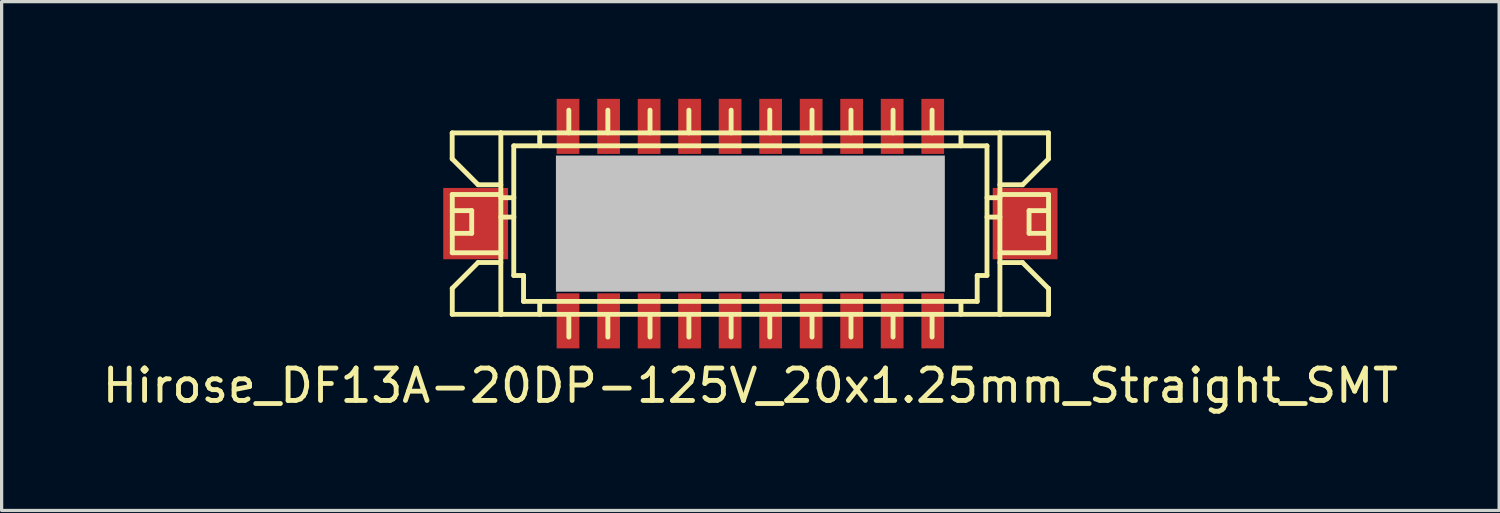
<source format=kicad_pcb>
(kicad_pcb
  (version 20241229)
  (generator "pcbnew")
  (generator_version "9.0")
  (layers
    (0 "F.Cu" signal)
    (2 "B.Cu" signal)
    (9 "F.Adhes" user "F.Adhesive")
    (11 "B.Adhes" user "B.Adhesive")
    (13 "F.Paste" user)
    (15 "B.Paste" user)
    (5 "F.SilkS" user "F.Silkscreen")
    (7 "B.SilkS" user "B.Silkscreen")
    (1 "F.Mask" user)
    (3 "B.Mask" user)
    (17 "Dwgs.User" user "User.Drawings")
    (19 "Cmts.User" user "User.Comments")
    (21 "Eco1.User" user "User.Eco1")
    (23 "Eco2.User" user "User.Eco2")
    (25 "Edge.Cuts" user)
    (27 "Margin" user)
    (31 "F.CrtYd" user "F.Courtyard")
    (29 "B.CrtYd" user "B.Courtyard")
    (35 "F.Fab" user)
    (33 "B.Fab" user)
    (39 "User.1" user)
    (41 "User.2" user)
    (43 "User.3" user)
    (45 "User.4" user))
  (footprint "Hirose_DF13A-20DP-125V_20x1.25mm_Straight_SMT"
    (layer "F.Cu")
    (at 20.101 3.849)
    (property "Reference" "Hirose_DF13A-20DP-125V_20x1.25mm_Straight_SMT" (at 0 5.001 0) (layer "F.SilkS") (effects (font (size 1 1) (thickness 0.15))))
    (attr smd)
    (fp_line (start -9.2 -2.799) (end -9.2 -1.999) (stroke (width 0.15) (type solid)) (layer "F.SilkS"))
    (fp_line (start -9.2 -1.999) (end -8.4 -1.199) (stroke (width 0.15) (type solid)) (layer "F.SilkS"))
    (fp_line (start -9.2 -0.899) (end -7.699 -0.899) (stroke (width 0.15) (type solid)) (layer "F.SilkS"))
    (fp_line (start -9.2 0.899) (end -7.699 0.899) (stroke (width 0.15) (type solid)) (layer "F.SilkS"))
    (fp_line (start -9.2 2.799) (end -7.699 2.799) (stroke (width 0.15) (type solid)) (layer "F.SilkS"))
    (fp_line (start -9.197 -0.401) (end -8.598 -0.401) (stroke (width 0.15) (type solid)) (layer "F.SilkS"))
    (fp_line (start -9.197 0.899) (end -9.197 -0.899) (stroke (width 0.15) (type solid)) (layer "F.SilkS"))
    (fp_line (start -9.197 2.799) (end -9.197 1.999) (stroke (width 0.15) (type solid)) (layer "F.SilkS"))
    (fp_line (start -8.598 -0.401) (end -8.598 0.3) (stroke (width 0.15) (type solid)) (layer "F.SilkS"))
    (fp_line (start -8.598 0.3) (end -9.197 0.3) (stroke (width 0.15) (type solid)) (layer "F.SilkS"))
    (fp_line (start -8.4 -1.199) (end -7.699 -1.199) (stroke (width 0.15) (type solid)) (layer "F.SilkS"))
    (fp_line (start -8.4 1.199) (end -9.2 1.999) (stroke (width 0.15) (type solid)) (layer "F.SilkS"))
    (fp_line (start -7.699 -2.799) (end -9.2 -2.799) (stroke (width 0.15) (type solid)) (layer "F.SilkS"))
    (fp_line (start -7.699 -2.799) (end -7.699 2.799) (stroke (width 0.15) (type solid)) (layer "F.SilkS"))
    (fp_line (start -7.699 -2.799) (end 7.699 -2.799) (stroke (width 0.15) (type solid)) (layer "F.SilkS"))
    (fp_line (start -7.699 -0.8) (end -7.297 -0.8) (stroke (width 0.15) (type solid)) (layer "F.SilkS"))
    (fp_line (start -7.699 -0.201) (end -7.297 -0.201) (stroke (width 0.15) (type solid)) (layer "F.SilkS"))
    (fp_line (start -7.699 1.199) (end -8.4 1.199) (stroke (width 0.15) (type solid)) (layer "F.SilkS"))
    (fp_line (start -7.699 2.799) (end 7.699 2.799) (stroke (width 0.15) (type solid)) (layer "F.SilkS"))
    (fp_line (start -7.3 1.6) (end -7.3 -2.4) (stroke (width 0.15) (type solid)) (layer "F.SilkS"))
    (fp_line (start -6.998 1.6) (end -7.3 1.6) (stroke (width 0.15) (type solid)) (layer "F.SilkS"))
    (fp_line (start -6.998 2.4) (end -6.998 1.6) (stroke (width 0.15) (type solid)) (layer "F.SilkS"))
    (fp_line (start -6.5 -2.799) (end -6.5 -2.4) (stroke (width 0.15) (type solid)) (layer "F.SilkS"))
    (fp_line (start -6.5 2.4) (end -6.5 2.799) (stroke (width 0.15) (type solid)) (layer "F.SilkS"))
    (fp_line (start -5.7 -0.701) (end -5.7 -0.5) (stroke (width 0.15) (type solid)) (layer "F.SilkS"))
    (fp_line (start -5.7 -0.5) (end -5.499 -0.5) (stroke (width 0.15) (type solid)) (layer "F.SilkS"))
    (fp_line (start -5.7 0.498) (end -5.7 0.699) (stroke (width 0.15) (type solid)) (layer "F.SilkS"))
    (fp_line (start -5.7 0.699) (end -5.499 0.699) (stroke (width 0.15) (type solid)) (layer "F.SilkS"))
    (fp_line (start -5.601 -3.5) (end -5.601 -2.799) (stroke (width 0.15) (type solid)) (layer "F.SilkS"))
    (fp_line (start -5.601 2.799) (end -5.601 3.5) (stroke (width 0.15) (type solid)) (layer "F.SilkS"))
    (fp_line (start -5.499 -0.701) (end -5.7 -0.701) (stroke (width 0.15) (type solid)) (layer "F.SilkS"))
    (fp_line (start -5.499 -0.5) (end -5.499 -0.701) (stroke (width 0.15) (type solid)) (layer "F.SilkS"))
    (fp_line (start -5.499 0.498) (end -5.7 0.498) (stroke (width 0.15) (type solid)) (layer "F.SilkS"))
    (fp_line (start -5.499 0.699) (end -5.499 0.498) (stroke (width 0.15) (type solid)) (layer "F.SilkS"))
    (fp_line (start -4.498 -0.699) (end -4.3 -0.699) (stroke (width 0.15) (type solid)) (layer "F.SilkS"))
    (fp_line (start -4.498 -0.5) (end -4.498 -0.699) (stroke (width 0.15) (type solid)) (layer "F.SilkS"))
    (fp_line (start -4.498 0.5) (end -4.3 0.5) (stroke (width 0.15) (type solid)) (layer "F.SilkS"))
    (fp_line (start -4.498 0.699) (end -4.498 0.5) (stroke (width 0.15) (type solid)) (layer "F.SilkS"))
    (fp_line (start -4.397 -3.5) (end -4.397 -2.799) (stroke (width 0.15) (type solid)) (layer "F.SilkS"))
    (fp_line (start -4.397 2.799) (end -4.397 3.5) (stroke (width 0.15) (type solid)) (layer "F.SilkS"))
    (fp_line (start -4.3 -0.699) (end -4.3 -0.5) (stroke (width 0.15) (type solid)) (layer "F.SilkS"))
    (fp_line (start -4.3 -0.5) (end -4.498 -0.5) (stroke (width 0.15) (type solid)) (layer "F.SilkS"))
    (fp_line (start -4.3 0.5) (end -4.3 0.699) (stroke (width 0.15) (type solid)) (layer "F.SilkS"))
    (fp_line (start -4.3 0.699) (end -4.498 0.699) (stroke (width 0.15) (type solid)) (layer "F.SilkS"))
    (fp_line (start -3.2 -0.699) (end -3.002 -0.699) (stroke (width 0.15) (type solid)) (layer "F.SilkS"))
    (fp_line (start -3.2 -0.5) (end -3.2 -0.699) (stroke (width 0.15) (type solid)) (layer "F.SilkS"))
    (fp_line (start -3.2 0.5) (end -3.002 0.5) (stroke (width 0.15) (type solid)) (layer "F.SilkS"))
    (fp_line (start -3.2 0.699) (end -3.2 0.5) (stroke (width 0.15) (type solid)) (layer "F.SilkS"))
    (fp_line (start -3.096 -3.5) (end -3.096 -2.799) (stroke (width 0.15) (type solid)) (layer "F.SilkS"))
    (fp_line (start -3.096 2.799) (end -3.096 3.5) (stroke (width 0.15) (type solid)) (layer "F.SilkS"))
    (fp_line (start -3.002 -0.699) (end -3.002 -0.5) (stroke (width 0.15) (type solid)) (layer "F.SilkS"))
    (fp_line (start -3.002 -0.5) (end -3.2 -0.5) (stroke (width 0.15) (type solid)) (layer "F.SilkS"))
    (fp_line (start -3.002 0.5) (end -3.002 0.699) (stroke (width 0.15) (type solid)) (layer "F.SilkS"))
    (fp_line (start -3.002 0.699) (end -3.2 0.699) (stroke (width 0.15) (type solid)) (layer "F.SilkS"))
    (fp_line (start -1.999 -0.699) (end -1.801 -0.699) (stroke (width 0.15) (type solid)) (layer "F.SilkS"))
    (fp_line (start -1.999 -0.5) (end -1.999 -0.699) (stroke (width 0.15) (type solid)) (layer "F.SilkS"))
    (fp_line (start -1.999 0.5) (end -1.801 0.5) (stroke (width 0.15) (type solid)) (layer "F.SilkS"))
    (fp_line (start -1.999 0.699) (end -1.999 0.5) (stroke (width 0.15) (type solid)) (layer "F.SilkS"))
    (fp_line (start -1.897 -3.5) (end -1.897 -2.799) (stroke (width 0.15) (type solid)) (layer "F.SilkS"))
    (fp_line (start -1.897 2.799) (end -1.897 3.5) (stroke (width 0.15) (type solid)) (layer "F.SilkS"))
    (fp_line (start -1.801 -0.699) (end -1.801 -0.5) (stroke (width 0.15) (type solid)) (layer "F.SilkS"))
    (fp_line (start -1.801 -0.5) (end -1.999 -0.5) (stroke (width 0.15) (type solid)) (layer "F.SilkS"))
    (fp_line (start -1.801 0.5) (end -1.801 0.699) (stroke (width 0.15) (type solid)) (layer "F.SilkS"))
    (fp_line (start -1.801 0.699) (end -1.999 0.699) (stroke (width 0.15) (type solid)) (layer "F.SilkS"))
    (fp_line (start -0.696 -0.701) (end -0.495 -0.701) (stroke (width 0.15) (type solid)) (layer "F.SilkS"))
    (fp_line (start -0.696 -0.5) (end -0.696 -0.701) (stroke (width 0.15) (type solid)) (layer "F.SilkS"))
    (fp_line (start -0.696 0.498) (end -0.495 0.498) (stroke (width 0.15) (type solid)) (layer "F.SilkS"))
    (fp_line (start -0.696 0.699) (end -0.696 0.498) (stroke (width 0.15) (type solid)) (layer "F.SilkS"))
    (fp_line (start -0.594 -3.5) (end -0.594 -2.799) (stroke (width 0.15) (type solid)) (layer "F.SilkS"))
    (fp_line (start -0.594 2.799) (end -0.594 3.5) (stroke (width 0.15) (type solid)) (layer "F.SilkS"))
    (fp_line (start -0.495 -0.701) (end -0.495 -0.5) (stroke (width 0.15) (type solid)) (layer "F.SilkS"))
    (fp_line (start -0.495 -0.5) (end -0.696 -0.5) (stroke (width 0.15) (type solid)) (layer "F.SilkS"))
    (fp_line (start -0.495 0.498) (end -0.495 0.699) (stroke (width 0.15) (type solid)) (layer "F.SilkS"))
    (fp_line (start -0.495 0.699) (end -0.696 0.699) (stroke (width 0.15) (type solid)) (layer "F.SilkS"))
    (fp_line (start 0.5 -0.704) (end 0.5 -0.503) (stroke (width 0.15) (type solid)) (layer "F.SilkS"))
    (fp_line (start 0.5 -0.503) (end 0.701 -0.503) (stroke (width 0.15) (type solid)) (layer "F.SilkS"))
    (fp_line (start 0.5 0.495) (end 0.5 0.696) (stroke (width 0.15) (type solid)) (layer "F.SilkS"))
    (fp_line (start 0.5 0.696) (end 0.701 0.696) (stroke (width 0.15) (type solid)) (layer "F.SilkS"))
    (fp_line (start 0.599 -3.5) (end 0.599 -2.799) (stroke (width 0.15) (type solid)) (layer "F.SilkS"))
    (fp_line (start 0.599 2.799) (end 0.599 3.5) (stroke (width 0.15) (type solid)) (layer "F.SilkS"))
    (fp_line (start 0.701 -0.704) (end 0.5 -0.704) (stroke (width 0.15) (type solid)) (layer "F.SilkS"))
    (fp_line (start 0.701 -0.503) (end 0.701 -0.704) (stroke (width 0.15) (type solid)) (layer "F.SilkS"))
    (fp_line (start 0.701 0.495) (end 0.5 0.495) (stroke (width 0.15) (type solid)) (layer "F.SilkS"))
    (fp_line (start 0.701 0.696) (end 0.701 0.495) (stroke (width 0.15) (type solid)) (layer "F.SilkS"))
    (fp_line (start 1.801 -0.701) (end 1.999 -0.701) (stroke (width 0.15) (type solid)) (layer "F.SilkS"))
    (fp_line (start 1.801 -0.503) (end 1.801 -0.701) (stroke (width 0.15) (type solid)) (layer "F.SilkS"))
    (fp_line (start 1.801 0.498) (end 1.999 0.498) (stroke (width 0.15) (type solid)) (layer "F.SilkS"))
    (fp_line (start 1.801 0.696) (end 1.801 0.498) (stroke (width 0.15) (type solid)) (layer "F.SilkS"))
    (fp_line (start 1.902 -3.5) (end 1.902 -2.799) (stroke (width 0.15) (type solid)) (layer "F.SilkS"))
    (fp_line (start 1.902 2.799) (end 1.902 3.5) (stroke (width 0.15) (type solid)) (layer "F.SilkS"))
    (fp_line (start 1.999 -0.701) (end 1.999 -0.503) (stroke (width 0.15) (type solid)) (layer "F.SilkS"))
    (fp_line (start 1.999 -0.503) (end 1.801 -0.503) (stroke (width 0.15) (type solid)) (layer "F.SilkS"))
    (fp_line (start 1.999 0.498) (end 1.999 0.696) (stroke (width 0.15) (type solid)) (layer "F.SilkS"))
    (fp_line (start 1.999 0.696) (end 1.801 0.696) (stroke (width 0.15) (type solid)) (layer "F.SilkS"))
    (fp_line (start 3 -0.701) (end 3.198 -0.701) (stroke (width 0.15) (type solid)) (layer "F.SilkS"))
    (fp_line (start 3 -0.503) (end 3 -0.701) (stroke (width 0.15) (type solid)) (layer "F.SilkS"))
    (fp_line (start 3 0.498) (end 3.198 0.498) (stroke (width 0.15) (type solid)) (layer "F.SilkS"))
    (fp_line (start 3 0.696) (end 3 0.498) (stroke (width 0.15) (type solid)) (layer "F.SilkS"))
    (fp_line (start 3.104 -3.5) (end 3.104 -2.799) (stroke (width 0.15) (type solid)) (layer "F.SilkS"))
    (fp_line (start 3.104 2.799) (end 3.104 3.5) (stroke (width 0.15) (type solid)) (layer "F.SilkS"))
    (fp_line (start 3.198 -0.701) (end 3.198 -0.503) (stroke (width 0.15) (type solid)) (layer "F.SilkS"))
    (fp_line (start 3.198 -0.503) (end 3 -0.503) (stroke (width 0.15) (type solid)) (layer "F.SilkS"))
    (fp_line (start 3.198 0.498) (end 3.198 0.696) (stroke (width 0.15) (type solid)) (layer "F.SilkS"))
    (fp_line (start 3.198 0.696) (end 3 0.696) (stroke (width 0.15) (type solid)) (layer "F.SilkS"))
    (fp_line (start 4.298 -0.701) (end 4.496 -0.701) (stroke (width 0.15) (type solid)) (layer "F.SilkS"))
    (fp_line (start 4.298 -0.503) (end 4.298 -0.701) (stroke (width 0.15) (type solid)) (layer "F.SilkS"))
    (fp_line (start 4.298 0.498) (end 4.496 0.498) (stroke (width 0.15) (type solid)) (layer "F.SilkS"))
    (fp_line (start 4.298 0.696) (end 4.298 0.498) (stroke (width 0.15) (type solid)) (layer "F.SilkS"))
    (fp_line (start 4.402 -3.5) (end 4.402 -2.799) (stroke (width 0.15) (type solid)) (layer "F.SilkS"))
    (fp_line (start 4.402 2.799) (end 4.402 3.5) (stroke (width 0.15) (type solid)) (layer "F.SilkS"))
    (fp_line (start 4.496 -0.701) (end 4.496 -0.503) (stroke (width 0.15) (type solid)) (layer "F.SilkS"))
    (fp_line (start 4.496 -0.503) (end 4.298 -0.503) (stroke (width 0.15) (type solid)) (layer "F.SilkS"))
    (fp_line (start 4.496 0.498) (end 4.496 0.696) (stroke (width 0.15) (type solid)) (layer "F.SilkS"))
    (fp_line (start 4.496 0.696) (end 4.298 0.696) (stroke (width 0.15) (type solid)) (layer "F.SilkS"))
    (fp_line (start 5.502 -0.704) (end 5.702 -0.704) (stroke (width 0.15) (type solid)) (layer "F.SilkS"))
    (fp_line (start 5.502 -0.503) (end 5.502 -0.704) (stroke (width 0.15) (type solid)) (layer "F.SilkS"))
    (fp_line (start 5.502 0.495) (end 5.702 0.495) (stroke (width 0.15) (type solid)) (layer "F.SilkS"))
    (fp_line (start 5.502 0.696) (end 5.502 0.495) (stroke (width 0.15) (type solid)) (layer "F.SilkS"))
    (fp_line (start 5.606 -3.5) (end 5.606 -2.799) (stroke (width 0.15) (type solid)) (layer "F.SilkS"))
    (fp_line (start 5.606 2.799) (end 5.606 3.5) (stroke (width 0.15) (type solid)) (layer "F.SilkS"))
    (fp_line (start 5.702 -0.704) (end 5.702 -0.503) (stroke (width 0.15) (type solid)) (layer "F.SilkS"))
    (fp_line (start 5.702 -0.503) (end 5.502 -0.503) (stroke (width 0.15) (type solid)) (layer "F.SilkS"))
    (fp_line (start 5.702 0.495) (end 5.702 0.696) (stroke (width 0.15) (type solid)) (layer "F.SilkS"))
    (fp_line (start 5.702 0.696) (end 5.502 0.696) (stroke (width 0.15) (type solid)) (layer "F.SilkS"))
    (fp_line (start 6.497 -2.799) (end 6.497 -2.4) (stroke (width 0.15) (type solid)) (layer "F.SilkS"))
    (fp_line (start 6.497 2.4) (end 6.497 2.799) (stroke (width 0.15) (type solid)) (layer "F.SilkS"))
    (fp_line (start 6.998 1.6) (end 6.998 2.4) (stroke (width 0.15) (type solid)) (layer "F.SilkS"))
    (fp_line (start 7 2.4) (end -7 2.4) (stroke (width 0.15) (type solid)) (layer "F.SilkS"))
    (fp_line (start 7.3 -2.4) (end -7.3 -2.4) (stroke (width 0.15) (type solid)) (layer "F.SilkS"))
    (fp_line (start 7.3 -2.4) (end 7.3 1.6) (stroke (width 0.15) (type solid)) (layer "F.SilkS"))
    (fp_line (start 7.3 -0.201) (end 7.701 -0.201) (stroke (width 0.15) (type solid)) (layer "F.SilkS"))
    (fp_line (start 7.3 1.6) (end 6.998 1.6) (stroke (width 0.15) (type solid)) (layer "F.SilkS"))
    (fp_line (start 7.696 -1.199) (end 8.397 -1.199) (stroke (width 0.15) (type solid)) (layer "F.SilkS"))
    (fp_line (start 7.696 1.201) (end 8.397 1.201) (stroke (width 0.15) (type solid)) (layer "F.SilkS"))
    (fp_line (start 7.699 2.799) (end 7.699 -2.799) (stroke (width 0.15) (type solid)) (layer "F.SilkS"))
    (fp_line (start 7.699 2.799) (end 9.2 2.799) (stroke (width 0.15) (type solid)) (layer "F.SilkS"))
    (fp_line (start 7.701 -0.8) (end 7.3 -0.8) (stroke (width 0.15) (type solid)) (layer "F.SilkS"))
    (fp_line (start 8.395 1.201) (end 9.195 2.002) (stroke (width 0.15) (type solid)) (layer "F.SilkS"))
    (fp_line (start 8.4 -1.199) (end 9.2 -1.999) (stroke (width 0.15) (type solid)) (layer "F.SilkS"))
    (fp_line (start 8.598 -0.401) (end 8.598 0.3) (stroke (width 0.15) (type solid)) (layer "F.SilkS"))
    (fp_line (start 8.6 -0.401) (end 9.2 -0.401) (stroke (width 0.15) (type solid)) (layer "F.SilkS"))
    (fp_line (start 8.6 0.3) (end 9.2 0.3) (stroke (width 0.15) (type solid)) (layer "F.SilkS"))
    (fp_line (start 9.197 -2.799) (end 7.696 -2.799) (stroke (width 0.15) (type solid)) (layer "F.SilkS"))
    (fp_line (start 9.197 -2.799) (end 9.197 -1.999) (stroke (width 0.15) (type solid)) (layer "F.SilkS"))
    (fp_line (start 9.197 -0.899) (end 7.699 -0.899) (stroke (width 0.15) (type solid)) (layer "F.SilkS"))
    (fp_line (start 9.197 0.899) (end 7.699 0.899) (stroke (width 0.15) (type solid)) (layer "F.SilkS"))
    (fp_line (start 9.2 -0.899) (end 9.2 0.899) (stroke (width 0.15) (type solid)) (layer "F.SilkS"))
    (fp_line (start 9.2 2.799) (end 9.2 1.999) (stroke (width 0.15) (type solid)) (layer "F.SilkS"))
    (pad "" smd rect (at -8.476 0) (size 1.999 2.2) (layers "F.Cu" "F.Mask" "F.Paste"))
    (pad "" smd rect (at 0 0) (size 11.999 4.201) (layers "Dwgs.User"))
    (pad "" smd rect (at 8.476 0) (size 1.999 2.2) (layers "F.Cu" "F.Mask" "F.Paste"))
    (pad "1" smd rect (at -5.626 -3) (size 0.701 1.699) (layers "F.Cu" "F.Mask" "F.Paste"))
    (pad "2" smd rect (at -5.626 3) (size 0.701 1.699) (layers "F.Cu" "F.Mask" "F.Paste"))
    (pad "3" smd rect (at -4.374 -3) (size 0.701 1.699) (layers "F.Cu" "F.Mask" "F.Paste"))
    (pad "4" smd rect (at -4.374 3) (size 0.701 1.699) (layers "F.Cu" "F.Mask" "F.Paste"))
    (pad "5" smd rect (at -3.124 -3) (size 0.701 1.699) (layers "F.Cu" "F.Mask" "F.Paste"))
    (pad "6" smd rect (at -3.124 3) (size 0.701 1.699) (layers "F.Cu" "F.Mask" "F.Paste"))
    (pad "7" smd rect (at -1.875 -3) (size 0.701 1.699) (layers "F.Cu" "F.Mask" "F.Paste"))
    (pad "8" smd rect (at -1.875 3) (size 0.701 1.699) (layers "F.Cu" "F.Mask" "F.Paste"))
    (pad "9" smd rect (at -0.625 -3) (size 0.701 1.699) (layers "F.Cu" "F.Mask" "F.Paste"))
    (pad "10" smd rect (at -0.625 3) (size 0.701 1.699) (layers "F.Cu" "F.Mask" "F.Paste"))
    (pad "11" smd rect (at 0.625 -3) (size 0.701 1.699) (layers "F.Cu" "F.Mask" "F.Paste"))
    (pad "12" smd rect (at 0.625 3) (size 0.701 1.699) (layers "F.Cu" "F.Mask" "F.Paste"))
    (pad "13" smd rect (at 1.875 -3) (size 0.701 1.699) (layers "F.Cu" "F.Mask" "F.Paste"))
    (pad "14" smd rect (at 1.875 3) (size 0.701 1.699) (layers "F.Cu" "F.Mask" "F.Paste"))
    (pad "15" smd rect (at 3.124 -3) (size 0.701 1.699) (layers "F.Cu" "F.Mask" "F.Paste"))
    (pad "16" smd rect (at 3.124 3) (size 0.701 1.699) (layers "F.Cu" "F.Mask" "F.Paste"))
    (pad "17" smd rect (at 4.374 -3) (size 0.701 1.699) (layers "F.Cu" "F.Mask" "F.Paste"))
    (pad "18" smd rect (at 4.374 3) (size 0.701 1.699) (layers "F.Cu" "F.Mask" "F.Paste"))
    (pad "19" smd rect (at 5.626 -3) (size 0.701 1.699) (layers "F.Cu" "F.Mask" "F.Paste"))
    (pad "20" smd rect (at 5.626 3) (size 0.701 1.699) (layers "F.Cu" "F.Mask" "F.Paste")))
  (gr_rect
    (start -3 -3)
    (end 43.202 12.699)
    (stroke (width 0.1) (type default))
    (fill no)
    (layer "Edge.Cuts")))
</source>
